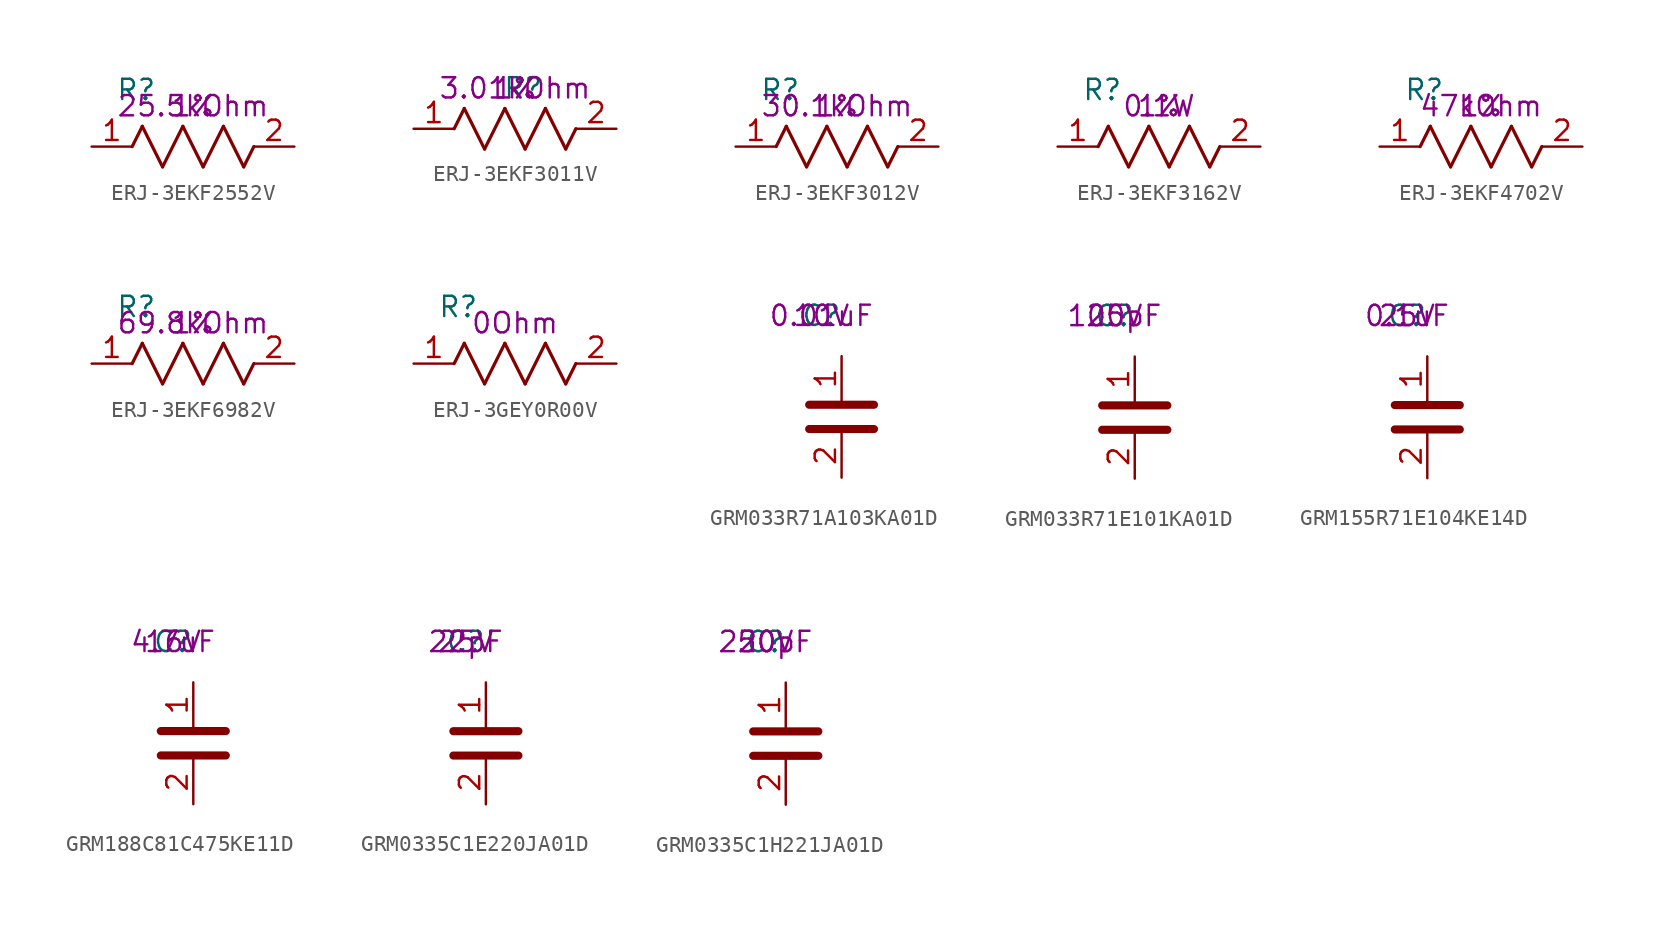
<source format=kicad_sym>
(kicad_symbol_lib
  (version 20241209)
  (generator "kicad_symbol_editor")
  (generator_version "9.0")
  (symbol "ERJ-3EKF2552V"
    (property "Reference" "R"
      (at -3.556 1.016 0)
      (effects (font (size 1.27 1.27))))
    (property "R" "25.5kOhm"
      (at 0 0 0)
      (effects (font (size 1.27 1.27))))
    (property "Acc" "1%"
      (at 0 0 0)
      (effects (font (size 1.27 1.27))))
    (symbol "ERJ-3EKF2552V_1_1"
      (polyline (pts (xy -3.81 -2.54) (xy -3.175 -1.27)) (stroke (width 0.203) (type default)) (fill (type none)))
      (polyline (pts (xy -3.175 -1.27) (xy -1.905 -3.81)) (stroke (width 0.203) (type default)) (fill (type none)))
      (polyline (pts (xy -1.905 -3.81) (xy -0.635 -1.27)) (stroke (width 0.203) (type default)) (fill (type none)))
      (polyline (pts (xy -0.635 -1.27) (xy 0.635 -3.81)) (stroke (width 0.203) (type default)) (fill (type none)))
      (polyline (pts (xy 0.635 -3.81) (xy 1.905 -1.27)) (stroke (width 0.203) (type default)) (fill (type none)))
      (polyline (pts (xy 1.905 -1.27) (xy 3.175 -3.81)) (stroke (width 0.203) (type default)) (fill (type none)))
      (polyline (pts (xy 3.175 -3.81) (xy 3.81 -2.54)) (stroke (width 0.203) (type default)) (fill (type none)))
      (pin unspecified line (at -6.35 -2.54 0) (length 2.54) (name "" (effects (font (size 1.27 1.27)))) (number "1" (effects (font (size 1.27 1.27)))))
      (pin unspecified line (at 6.35 -2.54 180) (length 2.54) (name "" (effects (font (size 1.27 1.27)))) (number "2" (effects (font (size 1.27 1.27)))))))
  (symbol "ERJ-3EKF3011V"
    (property "Reference" "R"
      (at 0.508 0 0)
      (effects (font (size 1.27 1.27))))
    (property "R" "3.01kOhm"
      (at 0 0 0)
      (effects (font (size 1.27 1.27))))
    (property "Acc" "1%"
      (at 0 0 0)
      (effects (font (size 1.27 1.27))))
    (symbol "ERJ-3EKF3011V_1_1"
      (polyline (pts (xy -3.81 -2.54) (xy -3.175 -1.27)) (stroke (width 0.203) (type default)) (fill (type none)))
      (polyline (pts (xy -3.175 -1.27) (xy -1.905 -3.81)) (stroke (width 0.203) (type default)) (fill (type none)))
      (polyline (pts (xy -1.905 -3.81) (xy -0.635 -1.27)) (stroke (width 0.203) (type default)) (fill (type none)))
      (polyline (pts (xy -0.635 -1.27) (xy 0.635 -3.81)) (stroke (width 0.203) (type default)) (fill (type none)))
      (polyline (pts (xy 0.635 -3.81) (xy 1.905 -1.27)) (stroke (width 0.203) (type default)) (fill (type none)))
      (polyline (pts (xy 1.905 -1.27) (xy 3.175 -3.81)) (stroke (width 0.203) (type default)) (fill (type none)))
      (polyline (pts (xy 3.175 -3.81) (xy 3.81 -2.54)) (stroke (width 0.203) (type default)) (fill (type none)))
      (pin unspecified line (at -6.35 -2.54 0) (length 2.54) (name "" (effects (font (size 1.27 1.27)))) (number "1" (effects (font (size 1.27 1.27)))))
      (pin unspecified line (at 6.35 -2.54 180) (length 2.54) (name "" (effects (font (size 1.27 1.27)))) (number "2" (effects (font (size 1.27 1.27)))))))
  (symbol "ERJ-3EKF3012V"
    (property "Reference" "R"
      (at -3.556 1.016 0)
      (effects (font (size 1.27 1.27))))
    (property "R" "30.1kOhm"
      (at 0 0 0)
      (effects (font (size 1.27 1.27))))
    (property "Acc" "1%"
      (at 0 0 0)
      (effects (font (size 1.27 1.27))))
    (symbol "ERJ-3EKF3012V_1_1"
      (polyline (pts (xy -3.81 -2.54) (xy -3.175 -1.27)) (stroke (width 0.203) (type default)) (fill (type none)))
      (polyline (pts (xy -3.175 -1.27) (xy -1.905 -3.81)) (stroke (width 0.203) (type default)) (fill (type none)))
      (polyline (pts (xy -1.905 -3.81) (xy -0.635 -1.27)) (stroke (width 0.203) (type default)) (fill (type none)))
      (polyline (pts (xy -0.635 -1.27) (xy 0.635 -3.81)) (stroke (width 0.203) (type default)) (fill (type none)))
      (polyline (pts (xy 0.635 -3.81) (xy 1.905 -1.27)) (stroke (width 0.203) (type default)) (fill (type none)))
      (polyline (pts (xy 1.905 -1.27) (xy 3.175 -3.81)) (stroke (width 0.203) (type default)) (fill (type none)))
      (polyline (pts (xy 3.175 -3.81) (xy 3.81 -2.54)) (stroke (width 0.203) (type default)) (fill (type none)))
      (pin unspecified line (at -6.35 -2.54 0) (length 2.54) (name "" (effects (font (size 1.27 1.27)))) (number "1" (effects (font (size 1.27 1.27)))))
      (pin unspecified line (at 6.35 -2.54 180) (length 2.54) (name "" (effects (font (size 1.27 1.27)))) (number "2" (effects (font (size 1.27 1.27)))))))
  (symbol "ERJ-3EKF3162V"
    (property "Reference" "R"
      (at -3.556 1.016 0)
      (effects (font (size 1.27 1.27))))
    (property "Acc" "1%"
      (at 0 0 0)
      (effects (font (size 1.27 1.27))))
    (property "P" "0.1W"
      (at 0 0 0)
      (effects (font (size 1.27 1.27))))
    (symbol "ERJ-3EKF3162V_1_1"
      (polyline (pts (xy -3.81 -2.54) (xy -3.175 -1.27)) (stroke (width 0.203) (type default)) (fill (type none)))
      (polyline (pts (xy -3.175 -1.27) (xy -1.905 -3.81)) (stroke (width 0.203) (type default)) (fill (type none)))
      (polyline (pts (xy -1.905 -3.81) (xy -0.635 -1.27)) (stroke (width 0.203) (type default)) (fill (type none)))
      (polyline (pts (xy -0.635 -1.27) (xy 0.635 -3.81)) (stroke (width 0.203) (type default)) (fill (type none)))
      (polyline (pts (xy 0.635 -3.81) (xy 1.905 -1.27)) (stroke (width 0.203) (type default)) (fill (type none)))
      (polyline (pts (xy 1.905 -1.27) (xy 3.175 -3.81)) (stroke (width 0.203) (type default)) (fill (type none)))
      (polyline (pts (xy 3.175 -3.81) (xy 3.81 -2.54)) (stroke (width 0.203) (type default)) (fill (type none)))
      (pin unspecified line (at -6.35 -2.54 0) (length 2.54) (name "" (effects (font (size 1.27 1.27)))) (number "1" (effects (font (size 1.27 1.27)))))
      (pin unspecified line (at 6.35 -2.54 180) (length 2.54) (name "" (effects (font (size 1.27 1.27)))) (number "2" (effects (font (size 1.27 1.27)))))))
  (symbol "ERJ-3EKF4702V"
    (property "Reference" "R"
      (at -3.556 1.016 0)
      (effects (font (size 1.27 1.27))))
    (property "R" "47kOhm"
      (at 0 0 0)
      (effects (font (size 1.27 1.27))))
    (property "Acc" "1%"
      (at 0 0 0)
      (effects (font (size 1.27 1.27))))
    (symbol "ERJ-3EKF4702V_1_1"
      (polyline (pts (xy -3.81 -2.54) (xy -3.175 -1.27)) (stroke (width 0.203) (type default)) (fill (type none)))
      (polyline (pts (xy -3.175 -1.27) (xy -1.905 -3.81)) (stroke (width 0.203) (type default)) (fill (type none)))
      (polyline (pts (xy -1.905 -3.81) (xy -0.635 -1.27)) (stroke (width 0.203) (type default)) (fill (type none)))
      (polyline (pts (xy -0.635 -1.27) (xy 0.635 -3.81)) (stroke (width 0.203) (type default)) (fill (type none)))
      (polyline (pts (xy 0.635 -3.81) (xy 1.905 -1.27)) (stroke (width 0.203) (type default)) (fill (type none)))
      (polyline (pts (xy 1.905 -1.27) (xy 3.175 -3.81)) (stroke (width 0.203) (type default)) (fill (type none)))
      (polyline (pts (xy 3.175 -3.81) (xy 3.81 -2.54)) (stroke (width 0.203) (type default)) (fill (type none)))
      (pin unspecified line (at -6.35 -2.54 0) (length 2.54) (name "" (effects (font (size 1.27 1.27)))) (number "1" (effects (font (size 1.27 1.27)))))
      (pin unspecified line (at 6.35 -2.54 180) (length 2.54) (name "" (effects (font (size 1.27 1.27)))) (number "2" (effects (font (size 1.27 1.27)))))))
  (symbol "ERJ-3EKF6982V"
    (property "Reference" "R"
      (at -3.556 1.016 0)
      (effects (font (size 1.27 1.27))))
    (property "Acc" "1%"
      (at 0 0 0)
      (effects (font (size 1.27 1.27))))
    (property "R" "69.8kOhm"
      (at 0 0 0)
      (effects (font (size 1.27 1.27))))
    (symbol "ERJ-3EKF6982V_1_1"
      (polyline (pts (xy -3.81 -2.54) (xy -3.175 -1.27)) (stroke (width 0.203) (type default)) (fill (type none)))
      (polyline (pts (xy -3.175 -1.27) (xy -1.905 -3.81)) (stroke (width 0.203) (type default)) (fill (type none)))
      (polyline (pts (xy -1.905 -3.81) (xy -0.635 -1.27)) (stroke (width 0.203) (type default)) (fill (type none)))
      (polyline (pts (xy -0.635 -1.27) (xy 0.635 -3.81)) (stroke (width 0.203) (type default)) (fill (type none)))
      (polyline (pts (xy 0.635 -3.81) (xy 1.905 -1.27)) (stroke (width 0.203) (type default)) (fill (type none)))
      (polyline (pts (xy 1.905 -1.27) (xy 3.175 -3.81)) (stroke (width 0.203) (type default)) (fill (type none)))
      (polyline (pts (xy 3.175 -3.81) (xy 3.81 -2.54)) (stroke (width 0.203) (type default)) (fill (type none)))
      (pin unspecified line (at -6.35 -2.54 0) (length 2.54) (name "" (effects (font (size 1.27 1.27)))) (number "1" (effects (font (size 1.27 1.27)))))
      (pin unspecified line (at 6.35 -2.54 180) (length 2.54) (name "" (effects (font (size 1.27 1.27)))) (number "2" (effects (font (size 1.27 1.27)))))))
  (symbol "ERJ-3GEY0R00V"
    (property "Reference" "R"
      (at -3.556 1.016 0)
      (effects (font (size 1.27 1.27))))
    (property "R" "0Ohm"
      (at 0 0 0)
      (effects (font (size 1.27 1.27))))
    (symbol "ERJ-3GEY0R00V_1_1"
      (polyline (pts (xy -3.81 -2.54) (xy -3.175 -1.27)) (stroke (width 0.203) (type default)) (fill (type none)))
      (polyline (pts (xy -3.175 -1.27) (xy -1.905 -3.81)) (stroke (width 0.203) (type default)) (fill (type none)))
      (polyline (pts (xy -1.905 -3.81) (xy -0.635 -1.27)) (stroke (width 0.203) (type default)) (fill (type none)))
      (polyline (pts (xy -0.635 -1.27) (xy 0.635 -3.81)) (stroke (width 0.203) (type default)) (fill (type none)))
      (polyline (pts (xy 0.635 -3.81) (xy 1.905 -1.27)) (stroke (width 0.203) (type default)) (fill (type none)))
      (polyline (pts (xy 1.905 -1.27) (xy 3.175 -3.81)) (stroke (width 0.203) (type default)) (fill (type none)))
      (polyline (pts (xy 3.175 -3.81) (xy 3.81 -2.54)) (stroke (width 0.203) (type default)) (fill (type none)))
      (pin unspecified line (at -6.35 -2.54 0) (length 2.54) (name "" (effects (font (size 1.27 1.27)))) (number "1" (effects (font (size 1.27 1.27)))))
      (pin unspecified line (at 6.35 -2.54 180) (length 2.54) (name "" (effects (font (size 1.27 1.27)))) (number "2" (effects (font (size 1.27 1.27)))))))
  (symbol "GRM033R71A103KA01D"
    (property "Reference" "C"
      (at 0 0 0)
      (effects (font (size 1.27 1.27))))
    (property "C" "0.01uF"
      (at 0 0 0)
      (effects (font (size 1.27 1.27))))
    (property "V" "10V"
      (at 0 0 0)
      (effects (font (size 1.27 1.27))))
    (symbol "GRM033R71A103KA01D_0_1"
      (polyline (pts (xy -0.762 -5.588) (xy 3.302 -5.588)) (stroke (width 0.508) (type default)) (fill (type none)))
      (polyline (pts (xy -0.762 -7.112) (xy 3.302 -7.112)) (stroke (width 0.508) (type default)) (fill (type none))))
    (symbol "GRM033R71A103KA01D_1_1"
      (pin passive line (at 1.27 -2.54 270) (length 2.794) (name "~" (effects (font (size 1.27 1.27)))) (number "1" (effects (font (size 1.27 1.27)))))
      (pin passive line (at 1.27 -10.16 90) (length 2.794) (name "~" (effects (font (size 1.27 1.27)))) (number "2" (effects (font (size 1.27 1.27)))))))
  (symbol "GRM033R71E101KA01D"
    (property "Reference" "C"
      (at 0 0 0)
      (effects (font (size 1.27 1.27))))
    (property "C" "100pF"
      (at 0 0 0)
      (effects (font (size 1.27 1.27))))
    (property "V" "25V"
      (at 0 0 0)
      (effects (font (size 1.27 1.27))))
    (symbol "GRM033R71E101KA01D_0_1"
      (polyline (pts (xy -0.762 -5.588) (xy 3.302 -5.588)) (stroke (width 0.508) (type default)) (fill (type none)))
      (polyline (pts (xy -0.762 -7.112) (xy 3.302 -7.112)) (stroke (width 0.508) (type default)) (fill (type none))))
    (symbol "GRM033R71E101KA01D_1_1"
      (pin passive line (at 1.27 -2.54 270) (length 2.794) (name "~" (effects (font (size 1.27 1.27)))) (number "1" (effects (font (size 1.27 1.27)))))
      (pin passive line (at 1.27 -10.16 90) (length 2.794) (name "~" (effects (font (size 1.27 1.27)))) (number "2" (effects (font (size 1.27 1.27)))))))
  (symbol "GRM155R71E104KE14D"
    (property "Reference" "C"
      (at 0 0 0)
      (effects (font (size 1.27 1.27))))
    (property "C" "0.1uF"
      (at 0 0 0)
      (effects (font (size 1.27 1.27))))
    (property "V" "25V"
      (at 0 0 0)
      (effects (font (size 1.27 1.27))))
    (symbol "GRM155R71E104KE14D_0_1"
      (polyline (pts (xy -0.762 -5.588) (xy 3.302 -5.588)) (stroke (width 0.508) (type default)) (fill (type none)))
      (polyline (pts (xy -0.762 -7.112) (xy 3.302 -7.112)) (stroke (width 0.508) (type default)) (fill (type none))))
    (symbol "GRM155R71E104KE14D_1_1"
      (pin passive line (at 1.27 -2.54 270) (length 2.794) (name "~" (effects (font (size 1.27 1.27)))) (number "1" (effects (font (size 1.27 1.27)))))
      (pin passive line (at 1.27 -10.16 90) (length 2.794) (name "~" (effects (font (size 1.27 1.27)))) (number "2" (effects (font (size 1.27 1.27)))))))
  (symbol "GRM188C81C475KE11D"
    (property "Reference" "C"
      (at 0 0 0)
      (effects (font (size 1.27 1.27))))
    (property "C" "4.7uF"
      (at 0 0 0)
      (effects (font (size 1.27 1.27))))
    (property "V" "16V"
      (at 0 0 0)
      (effects (font (size 1.27 1.27))))
    (symbol "GRM188C81C475KE11D_0_1"
      (polyline (pts (xy -0.762 -5.588) (xy 3.302 -5.588)) (stroke (width 0.508) (type default)) (fill (type none)))
      (polyline (pts (xy -0.762 -7.112) (xy 3.302 -7.112)) (stroke (width 0.508) (type default)) (fill (type none))))
    (symbol "GRM188C81C475KE11D_1_1"
      (pin passive line (at 1.27 -2.54 270) (length 2.794) (name "~" (effects (font (size 1.27 1.27)))) (number "1" (effects (font (size 1.27 1.27)))))
      (pin passive line (at 1.27 -10.16 90) (length 2.794) (name "~" (effects (font (size 1.27 1.27)))) (number "2" (effects (font (size 1.27 1.27)))))))
  (symbol "GRM0335C1E220JA01D"
    (property "Reference" "C"
      (at 0 0 0)
      (effects (font (size 1.27 1.27))))
    (property "V" "25V"
      (at 0 0 0)
      (effects (font (size 1.27 1.27))))
    (property "C" "22pF"
      (at 0 0 0)
      (effects (font (size 1.27 1.27))))
    (symbol "GRM0335C1E220JA01D_0_1"
      (polyline (pts (xy -0.762 -5.588) (xy 3.302 -5.588)) (stroke (width 0.508) (type default)) (fill (type none)))
      (polyline (pts (xy -0.762 -7.112) (xy 3.302 -7.112)) (stroke (width 0.508) (type default)) (fill (type none))))
    (symbol "GRM0335C1E220JA01D_1_1"
      (pin passive line (at 1.27 -2.54 270) (length 2.794) (name "~" (effects (font (size 1.27 1.27)))) (number "1" (effects (font (size 1.27 1.27)))))
      (pin passive line (at 1.27 -10.16 90) (length 2.794) (name "~" (effects (font (size 1.27 1.27)))) (number "2" (effects (font (size 1.27 1.27)))))))
  (symbol "GRM0335C1H221JA01D"
    (property "Reference" "C"
      (at 0 0 0)
      (effects (font (size 1.27 1.27))))
    (property "C" "220pF"
      (at 0 0 0)
      (effects (font (size 1.27 1.27))))
    (property "V" "50V"
      (at 0 0 0)
      (effects (font (size 1.27 1.27))))
    (symbol "GRM0335C1H221JA01D_0_1"
      (polyline (pts (xy -0.762 -5.588) (xy 3.302 -5.588)) (stroke (width 0.508) (type default)) (fill (type none)))
      (polyline (pts (xy -0.762 -7.112) (xy 3.302 -7.112)) (stroke (width 0.508) (type default)) (fill (type none))))
    (symbol "GRM0335C1H221JA01D_1_1"
      (pin passive line (at 1.27 -2.54 270) (length 2.794) (name "~" (effects (font (size 1.27 1.27)))) (number "1" (effects (font (size 1.27 1.27)))))
      (pin passive line (at 1.27 -10.16 90) (length 2.794) (name "~" (effects (font (size 1.27 1.27)))) (number "2" (effects (font (size 1.27 1.27))))))))
</source>
